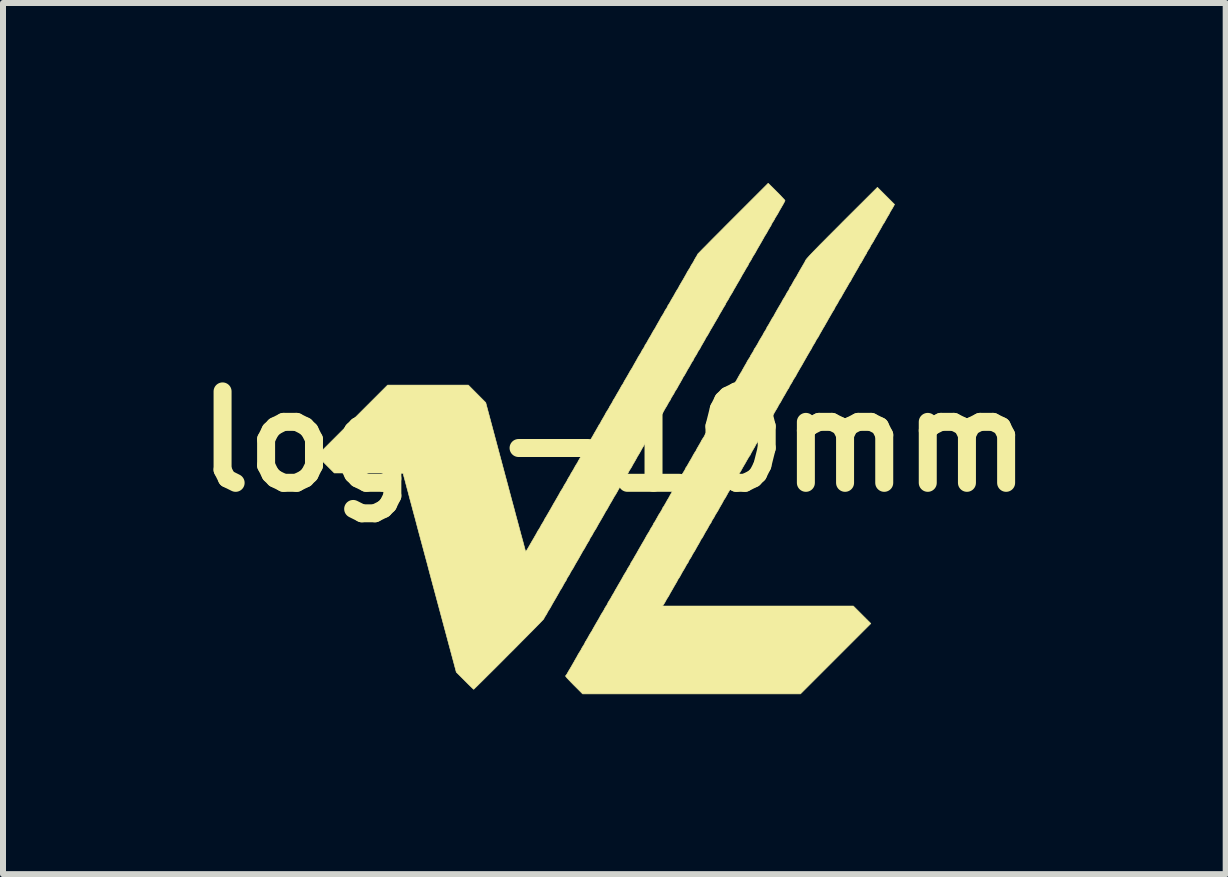
<source format=kicad_pcb>
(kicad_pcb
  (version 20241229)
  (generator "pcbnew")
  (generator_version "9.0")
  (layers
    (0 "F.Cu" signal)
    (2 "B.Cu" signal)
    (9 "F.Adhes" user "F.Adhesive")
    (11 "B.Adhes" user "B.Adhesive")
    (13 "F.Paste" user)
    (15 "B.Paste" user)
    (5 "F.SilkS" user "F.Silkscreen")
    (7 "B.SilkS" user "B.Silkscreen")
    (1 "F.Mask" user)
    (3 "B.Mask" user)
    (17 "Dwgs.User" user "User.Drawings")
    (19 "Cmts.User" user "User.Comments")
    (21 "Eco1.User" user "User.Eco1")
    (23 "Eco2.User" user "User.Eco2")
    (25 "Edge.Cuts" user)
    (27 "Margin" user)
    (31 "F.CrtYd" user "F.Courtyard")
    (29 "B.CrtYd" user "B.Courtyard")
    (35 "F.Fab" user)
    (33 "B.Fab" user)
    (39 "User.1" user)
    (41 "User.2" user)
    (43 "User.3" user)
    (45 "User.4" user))
  (footprint "logo-10mm"
    (layer "F.Cu")
    (at 7.192 4.31)
    (property "Reference" "logo-10mm" (at 0 0 0) (layer "F.SilkS") (effects (font (size 1.524 1.524) (thickness 0.3))))
    (attr through_hole)
    (fp_poly (pts (xy 2.705 -4.166) (xy 2.745 -4.126) (xy 2.78 -4.089) (xy 2.809 -4.058) (xy 2.831 -4.035) (xy 2.843 -4.02) (xy 2.845 -4.016) (xy 2.841 -4.005) (xy 2.829 -3.983) (xy 2.813 -3.953) (xy 2.792 -3.917) (xy 2.79 -3.913) (xy 2.769 -3.877) (xy 2.752 -3.848) (xy 2.74 -3.826) (xy 2.735 -3.816) (xy 2.735 -3.816) (xy 2.73 -3.807) (xy 2.719 -3.788) (xy 2.705 -3.766) (xy 2.69 -3.742) (xy 2.679 -3.724) (xy 2.675 -3.716) (xy 2.671 -3.706) (xy 2.66 -3.687) (xy 2.646 -3.665) (xy 2.63 -3.64) (xy 2.62 -3.621) (xy 2.616 -3.613) (xy 2.612 -3.601) (xy 2.601 -3.583) (xy 2.6 -3.583) (xy 2.589 -3.564) (xy 2.572 -3.536) (xy 2.555 -3.505) (xy 2.553 -3.501) (xy 2.536 -3.471) (xy 2.521 -3.446) (xy 2.51 -3.43) (xy 2.509 -3.428) (xy 2.5 -3.415) (xy 2.498 -3.41) (xy 2.494 -3.401) (xy 2.482 -3.38) (xy 2.465 -3.35) (xy 2.444 -3.313) (xy 2.426 -3.282) (xy 2.402 -3.241) (xy 2.381 -3.205) (xy 2.366 -3.177) (xy 2.356 -3.16) (xy 2.354 -3.155) (xy 2.349 -3.146) (xy 2.338 -3.128) (xy 2.324 -3.106) (xy 2.309 -3.082) (xy 2.298 -3.063) (xy 2.294 -3.055) (xy 2.29 -3.046) (xy 2.279 -3.026) (xy 2.265 -3.004) (xy 2.249 -2.98) (xy 2.239 -2.961) (xy 2.235 -2.952) (xy 2.231 -2.941) (xy 2.22 -2.923) (xy 2.219 -2.922) (xy 2.206 -2.901) (xy 2.189 -2.874) (xy 2.183 -2.862) (xy 2.166 -2.832) (xy 2.149 -2.803) (xy 2.143 -2.794) (xy 2.13 -2.772) (xy 2.121 -2.754) (xy 2.119 -2.752) (xy 2.113 -2.74) (xy 2.1 -2.717) (xy 2.082 -2.685) (xy 2.059 -2.646) (xy 2.043 -2.619) (xy 2.02 -2.578) (xy 1.999 -2.543) (xy 1.984 -2.516) (xy 1.975 -2.499) (xy 1.973 -2.495) (xy 1.968 -2.486) (xy 1.957 -2.468) (xy 1.943 -2.446) (xy 1.928 -2.421) (xy 1.917 -2.403) (xy 1.913 -2.395) (xy 1.909 -2.385) (xy 1.898 -2.366) (xy 1.884 -2.344) (xy 1.868 -2.32) (xy 1.858 -2.301) (xy 1.854 -2.292) (xy 1.85 -2.28) (xy 1.839 -2.263) (xy 1.838 -2.262) (xy 1.825 -2.241) (xy 1.808 -2.213) (xy 1.802 -2.201) (xy 1.785 -2.172) (xy 1.768 -2.143) (xy 1.762 -2.134) (xy 1.749 -2.111) (xy 1.74 -2.094) (xy 1.738 -2.091) (xy 1.732 -2.078) (xy 1.718 -2.055) (xy 1.701 -2.026) (xy 1.695 -2.015) (xy 1.675 -1.982) (xy 1.657 -1.95) (xy 1.643 -1.926) (xy 1.64 -1.922) (xy 1.625 -1.895) (xy 1.609 -1.869) (xy 1.608 -1.867) (xy 1.595 -1.845) (xy 1.579 -1.815) (xy 1.57 -1.799) (xy 1.555 -1.773) (xy 1.542 -1.752) (xy 1.536 -1.743) (xy 1.526 -1.73) (xy 1.524 -1.725) (xy 1.52 -1.716) (xy 1.509 -1.695) (xy 1.493 -1.667) (xy 1.482 -1.648) (xy 1.464 -1.617) (xy 1.449 -1.592) (xy 1.441 -1.576) (xy 1.439 -1.572) (xy 1.435 -1.563) (xy 1.424 -1.545) (xy 1.41 -1.523) (xy 1.394 -1.499) (xy 1.384 -1.48) (xy 1.38 -1.472) (xy 1.376 -1.462) (xy 1.364 -1.443) (xy 1.35 -1.421) (xy 1.335 -1.397) (xy 1.324 -1.377) (xy 1.321 -1.368) (xy 1.316 -1.356) (xy 1.309 -1.347) (xy 1.299 -1.333) (xy 1.285 -1.309) (xy 1.27 -1.283) (xy 1.256 -1.256) (xy 1.243 -1.234) (xy 1.236 -1.223) (xy 1.229 -1.212) (xy 1.217 -1.191) (xy 1.201 -1.162) (xy 1.198 -1.156) (xy 1.181 -1.126) (xy 1.166 -1.1) (xy 1.156 -1.085) (xy 1.155 -1.083) (xy 1.145 -1.07) (xy 1.143 -1.064) (xy 1.139 -1.055) (xy 1.128 -1.035) (xy 1.112 -1.007) (xy 1.101 -0.987) (xy 1.083 -0.956) (xy 1.068 -0.931) (xy 1.06 -0.915) (xy 1.058 -0.911) (xy 1.054 -0.903) (xy 1.043 -0.884) (xy 1.029 -0.862) (xy 1.013 -0.838) (xy 1.003 -0.82) (xy 0.999 -0.812) (xy 0.995 -0.802) (xy 0.983 -0.783) (xy 0.969 -0.761) (xy 0.954 -0.736) (xy 0.943 -0.717) (xy 0.94 -0.708) (xy 0.935 -0.695) (xy 0.928 -0.686) (xy 0.918 -0.672) (xy 0.904 -0.648) (xy 0.889 -0.622) (xy 0.875 -0.595) (xy 0.862 -0.574) (xy 0.855 -0.563) (xy 0.848 -0.552) (xy 0.836 -0.53) (xy 0.82 -0.502) (xy 0.817 -0.495) (xy 0.8 -0.465) (xy 0.785 -0.44) (xy 0.775 -0.424) (xy 0.774 -0.423) (xy 0.764 -0.409) (xy 0.762 -0.404) (xy 0.758 -0.395) (xy 0.747 -0.374) (xy 0.731 -0.346) (xy 0.72 -0.327) (xy 0.702 -0.296) (xy 0.687 -0.271) (xy 0.679 -0.255) (xy 0.677 -0.251) (xy 0.673 -0.242) (xy 0.662 -0.224) (xy 0.648 -0.202) (xy 0.632 -0.178) (xy 0.622 -0.159) (xy 0.618 -0.151) (xy 0.614 -0.142) (xy 0.602 -0.122) (xy 0.588 -0.1) (xy 0.573 -0.076) (xy 0.562 -0.056) (xy 0.559 -0.047) (xy 0.554 -0.035) (xy 0.547 -0.026) (xy 0.537 -0.012) (xy 0.523 0.012) (xy 0.508 0.038) (xy 0.494 0.065) (xy 0.481 0.086) (xy 0.474 0.097) (xy 0.467 0.108) (xy 0.455 0.13) (xy 0.439 0.159) (xy 0.436 0.165) (xy 0.419 0.195) (xy 0.404 0.22) (xy 0.394 0.236) (xy 0.393 0.238) (xy 0.383 0.251) (xy 0.381 0.257) (xy 0.377 0.266) (xy 0.366 0.286) (xy 0.35 0.314) (xy 0.339 0.334) (xy 0.321 0.364) (xy 0.306 0.39) (xy 0.298 0.405) (xy 0.296 0.409) (xy 0.292 0.418) (xy 0.281 0.436) (xy 0.267 0.458) (xy 0.251 0.483) (xy 0.241 0.501) (xy 0.237 0.509) (xy 0.233 0.519) (xy 0.221 0.538) (xy 0.207 0.56) (xy 0.192 0.585) (xy 0.181 0.604) (xy 0.178 0.613) (xy 0.173 0.625) (xy 0.166 0.634) (xy 0.156 0.648) (xy 0.142 0.672) (xy 0.127 0.699) (xy 0.113 0.725) (xy 0.1 0.747) (xy 0.093 0.758) (xy 0.086 0.769) (xy 0.074 0.791) (xy 0.058 0.819) (xy 0.055 0.826) (xy 0.038 0.855) (xy 0.024 0.88) (xy 0.014 0.896) (xy 0.013 0.897) (xy 0.003 0.911) (xy -0.01 0.935) (xy -0.025 0.961) (xy -0.04 0.988) (xy -0.052 1.009) (xy -0.059 1.02) (xy -0.066 1.031) (xy -0.078 1.053) (xy -0.094 1.081) (xy -0.098 1.088) (xy -0.114 1.118) (xy -0.129 1.143) (xy -0.14 1.159) (xy -0.141 1.161) (xy -0.15 1.174) (xy -0.152 1.179) (xy -0.156 1.188) (xy -0.168 1.209) (xy -0.185 1.239) (xy -0.206 1.276) (xy -0.224 1.307) (xy -0.248 1.348) (xy -0.269 1.384) (xy -0.284 1.412) (xy -0.294 1.429) (xy -0.296 1.434) (xy -0.301 1.443) (xy -0.312 1.461) (xy -0.326 1.483) (xy -0.341 1.507) (xy -0.352 1.526) (xy -0.356 1.534) (xy -0.36 1.543) (xy -0.371 1.562) (xy -0.385 1.584) (xy -0.401 1.609) (xy -0.411 1.628) (xy -0.415 1.637) (xy -0.419 1.648) (xy -0.43 1.666) (xy -0.431 1.667) (xy -0.442 1.685) (xy -0.459 1.713) (xy -0.476 1.744) (xy -0.478 1.748) (xy -0.495 1.778) (xy -0.51 1.804) (xy -0.521 1.819) (xy -0.522 1.821) (xy -0.531 1.834) (xy -0.533 1.84) (xy -0.537 1.848) (xy -0.549 1.869) (xy -0.566 1.899) (xy -0.587 1.937) (xy -0.605 1.968) (xy -0.629 2.009) (xy -0.65 2.044) (xy -0.665 2.072) (xy -0.675 2.089) (xy -0.677 2.094) (xy -0.682 2.103) (xy -0.693 2.121) (xy -0.707 2.143) (xy -0.722 2.167) (xy -0.733 2.186) (xy -0.737 2.194) (xy -0.741 2.204) (xy -0.752 2.223) (xy -0.766 2.245) (xy -0.782 2.269) (xy -0.792 2.288) (xy -0.796 2.297) (xy -0.8 2.309) (xy -0.811 2.326) (xy -0.812 2.327) (xy -0.823 2.345) (xy -0.84 2.373) (xy -0.857 2.405) (xy -0.859 2.409) (xy -0.876 2.439) (xy -0.891 2.464) (xy -0.902 2.48) (xy -0.903 2.481) (xy -0.912 2.495) (xy -0.914 2.5) (xy -0.918 2.509) (xy -0.93 2.53) (xy -0.947 2.56) (xy -0.968 2.597) (xy -0.986 2.628) (xy -1.01 2.669) (xy -1.031 2.705) (xy -1.046 2.732) (xy -1.056 2.75) (xy -1.058 2.755) (xy -1.063 2.763) (xy -1.074 2.782) (xy -1.088 2.804) (xy -1.103 2.828) (xy -1.114 2.846) (xy -1.118 2.854) (xy -1.122 2.864) (xy -1.133 2.883) (xy -1.147 2.905) (xy -1.163 2.93) (xy -1.173 2.95) (xy -1.177 2.959) (xy -1.183 2.966) (xy -1.2 2.984) (xy -1.226 3.011) (xy -1.262 3.048) (xy -1.306 3.093) (xy -1.357 3.145) (xy -1.414 3.202) (xy -1.476 3.265) (xy -1.542 3.331) (xy -1.611 3.401) (xy -1.682 3.473) (xy -1.755 3.545) (xy -1.827 3.618) (xy -1.899 3.69) (xy -1.968 3.759) (xy -2.035 3.826) (xy -2.098 3.888) (xy -2.156 3.946) (xy -2.208 3.998) (xy -2.253 4.042) (xy -2.29 4.079) (xy -2.319 4.107) (xy -2.337 4.125) (xy -2.345 4.132) (xy -2.345 4.132) (xy -2.352 4.126) (xy -2.369 4.11) (xy -2.395 4.085) (xy -2.428 4.053) (xy -2.465 4.016) (xy -2.492 3.989) (xy -2.635 3.846) (xy -3.079 2.192) (xy -3.122 2.028) (xy -3.165 1.869) (xy -3.206 1.716) (xy -3.246 1.568) (xy -3.284 1.426) (xy -3.319 1.292) (xy -3.353 1.167) (xy -3.384 1.05) (xy -3.413 0.943) (xy -3.438 0.847) (xy -3.461 0.762) (xy -3.48 0.689) (xy -3.496 0.629) (xy -3.509 0.583) (xy -3.517 0.551) (xy -3.521 0.534) (xy -3.522 0.531) (xy -3.53 0.53) (xy -3.554 0.529) (xy -3.592 0.528) (xy -3.643 0.527) (xy -3.705 0.527) (xy -3.777 0.526) (xy -3.858 0.525) (xy -3.946 0.525) (xy -4.041 0.525) (xy -4.095 0.525) (xy -4.669 0.525) (xy -4.957 0.237) (xy -4.369 -0.351) (xy -3.78 -0.94) (xy -2.434 -0.94) (xy -2.289 -0.794) (xy -2.144 -0.648) (xy -1.816 0.58) (xy -1.778 0.721) (xy -1.742 0.857) (xy -1.707 0.988) (xy -1.673 1.113) (xy -1.642 1.231) (xy -1.612 1.341) (xy -1.585 1.442) (xy -1.561 1.533) (xy -1.539 1.613) (xy -1.52 1.682) (xy -1.505 1.739) (xy -1.494 1.781) (xy -1.486 1.81) (xy -1.482 1.823) (xy -1.482 1.824) (xy -1.478 1.83) (xy -1.471 1.826) (xy -1.459 1.811) (xy -1.442 1.783) (xy -1.439 1.778) (xy -1.42 1.745) (xy -1.396 1.703) (xy -1.37 1.658) (xy -1.345 1.616) (xy -1.324 1.579) (xy -1.306 1.548) (xy -1.293 1.525) (xy -1.287 1.513) (xy -1.287 1.513) (xy -1.283 1.504) (xy -1.271 1.485) (xy -1.257 1.464) (xy -1.242 1.439) (xy -1.231 1.421) (xy -1.228 1.413) (xy -1.223 1.403) (xy -1.212 1.384) (xy -1.198 1.362) (xy -1.183 1.337) (xy -1.172 1.318) (xy -1.168 1.31) (xy -1.164 1.298) (xy -1.153 1.281) (xy -1.153 1.28) (xy -1.139 1.259) (xy -1.123 1.231) (xy -1.116 1.219) (xy -1.099 1.19) (xy -1.082 1.161) (xy -1.077 1.151) (xy -1.063 1.129) (xy -1.054 1.112) (xy -1.053 1.109) (xy -1.046 1.098) (xy -1.033 1.075) (xy -1.015 1.042) (xy -0.992 1.004) (xy -0.976 0.976) (xy -0.953 0.936) (xy -0.933 0.901) (xy -0.917 0.873) (xy -0.908 0.856) (xy -0.906 0.852) (xy -0.902 0.843) (xy -0.89 0.825) (xy -0.876 0.803) (xy -0.861 0.779) (xy -0.85 0.76) (xy -0.847 0.752) (xy -0.842 0.743) (xy -0.831 0.724) (xy -0.817 0.702) (xy -0.802 0.677) (xy -0.791 0.659) (xy -0.787 0.65) (xy -0.783 0.64) (xy -0.772 0.621) (xy -0.758 0.597) (xy -0.743 0.573) (xy -0.732 0.554) (xy -0.728 0.546) (xy -0.724 0.536) (xy -0.713 0.519) (xy -0.712 0.518) (xy -0.701 0.499) (xy -0.684 0.472) (xy -0.667 0.44) (xy -0.665 0.436) (xy -0.648 0.406) (xy -0.633 0.381) (xy -0.622 0.365) (xy -0.621 0.363) (xy -0.612 0.35) (xy -0.61 0.345) (xy -0.606 0.335) (xy -0.595 0.315) (xy -0.579 0.287) (xy -0.567 0.268) (xy -0.549 0.237) (xy -0.535 0.212) (xy -0.527 0.196) (xy -0.525 0.192) (xy -0.521 0.183) (xy -0.509 0.165) (xy -0.495 0.143) (xy -0.48 0.119) (xy -0.469 0.1) (xy -0.466 0.092) (xy -0.461 0.082) (xy -0.45 0.063) (xy -0.436 0.041) (xy -0.421 0.017) (xy -0.41 -0.003) (xy -0.406 -0.012) (xy -0.401 -0.024) (xy -0.395 -0.033) (xy -0.385 -0.047) (xy -0.371 -0.071) (xy -0.356 -0.097) (xy -0.341 -0.124) (xy -0.329 -0.146) (xy -0.322 -0.157) (xy -0.315 -0.168) (xy -0.303 -0.19) (xy -0.287 -0.218) (xy -0.283 -0.224) (xy -0.267 -0.254) (xy -0.252 -0.28) (xy -0.241 -0.295) (xy -0.24 -0.297) (xy -0.231 -0.31) (xy -0.229 -0.316) (xy -0.225 -0.325) (xy -0.214 -0.345) (xy -0.198 -0.373) (xy -0.186 -0.393) (xy -0.168 -0.424) (xy -0.154 -0.449) (xy -0.146 -0.465) (xy -0.144 -0.469) (xy -0.14 -0.477) (xy -0.128 -0.496) (xy -0.114 -0.518) (xy -0.099 -0.542) (xy -0.088 -0.56) (xy -0.085 -0.568) (xy -0.08 -0.578) (xy -0.069 -0.597) (xy -0.055 -0.619) (xy -0.04 -0.644) (xy -0.029 -0.663) (xy -0.025 -0.672) (xy -0.02 -0.685) (xy -0.014 -0.694) (xy -0.004 -0.708) (xy 0.01 -0.732) (xy 0.025 -0.758) (xy 0.04 -0.785) (xy 0.052 -0.806) (xy 0.059 -0.817) (xy 0.066 -0.828) (xy 0.078 -0.85) (xy 0.094 -0.878) (xy 0.098 -0.885) (xy 0.114 -0.915) (xy 0.129 -0.94) (xy 0.14 -0.956) (xy 0.141 -0.957) (xy 0.15 -0.971) (xy 0.152 -0.976) (xy 0.156 -0.985) (xy 0.167 -1.006) (xy 0.183 -1.033) (xy 0.192 -1.048) (xy 0.213 -1.084) (xy 0.235 -1.122) (xy 0.253 -1.154) (xy 0.256 -1.16) (xy 0.272 -1.187) (xy 0.286 -1.209) (xy 0.293 -1.22) (xy 0.303 -1.233) (xy 0.305 -1.239) (xy 0.309 -1.248) (xy 0.32 -1.268) (xy 0.336 -1.296) (xy 0.347 -1.316) (xy 0.365 -1.347) (xy 0.379 -1.372) (xy 0.388 -1.388) (xy 0.389 -1.391) (xy 0.394 -1.4) (xy 0.405 -1.419) (xy 0.419 -1.441) (xy 0.434 -1.465) (xy 0.445 -1.483) (xy 0.449 -1.491) (xy 0.453 -1.501) (xy 0.464 -1.52) (xy 0.478 -1.542) (xy 0.494 -1.567) (xy 0.505 -1.586) (xy 0.508 -1.595) (xy 0.513 -1.608) (xy 0.52 -1.616) (xy 0.529 -1.631) (xy 0.544 -1.654) (xy 0.558 -1.681) (xy 0.573 -1.708) (xy 0.586 -1.729) (xy 0.592 -1.74) (xy 0.599 -1.751) (xy 0.612 -1.773) (xy 0.627 -1.801) (xy 0.631 -1.808) (xy 0.648 -1.838) (xy 0.663 -1.863) (xy 0.673 -1.879) (xy 0.674 -1.88) (xy 0.684 -1.893) (xy 0.686 -1.899) (xy 0.69 -1.908) (xy 0.701 -1.928) (xy 0.717 -1.956) (xy 0.728 -1.976) (xy 0.746 -2.007) (xy 0.76 -2.032) (xy 0.769 -2.048) (xy 0.77 -2.052) (xy 0.775 -2.061) (xy 0.786 -2.079) (xy 0.8 -2.101) (xy 0.815 -2.125) (xy 0.826 -2.144) (xy 0.83 -2.152) (xy 0.834 -2.161) (xy 0.845 -2.181) (xy 0.859 -2.203) (xy 0.875 -2.227) (xy 0.886 -2.246) (xy 0.889 -2.256) (xy 0.894 -2.268) (xy 0.901 -2.277) (xy 0.91 -2.291) (xy 0.925 -2.315) (xy 0.939 -2.341) (xy 0.954 -2.368) (xy 0.967 -2.389) (xy 0.973 -2.4) (xy 0.98 -2.411) (xy 0.993 -2.433) (xy 1.008 -2.461) (xy 1.012 -2.468) (xy 1.029 -2.498) (xy 1.044 -2.523) (xy 1.054 -2.539) (xy 1.055 -2.541) (xy 1.065 -2.554) (xy 1.067 -2.559) (xy 1.071 -2.568) (xy 1.082 -2.589) (xy 1.099 -2.619) (xy 1.121 -2.656) (xy 1.139 -2.687) (xy 1.163 -2.728) (xy 1.183 -2.764) (xy 1.199 -2.792) (xy 1.208 -2.809) (xy 1.211 -2.814) (xy 1.215 -2.823) (xy 1.226 -2.841) (xy 1.24 -2.863) (xy 1.256 -2.887) (xy 1.266 -2.906) (xy 1.27 -2.914) (xy 1.274 -2.923) (xy 1.286 -2.943) (xy 1.3 -2.965) (xy 1.315 -2.989) (xy 1.326 -3.008) (xy 1.329 -3.016) (xy 1.334 -3.026) (xy 1.345 -3.045) (xy 1.359 -3.069) (xy 1.374 -3.093) (xy 1.385 -3.113) (xy 1.389 -3.122) (xy 1.394 -3.129) (xy 1.411 -3.146) (xy 1.439 -3.175) (xy 1.476 -3.213) (xy 1.522 -3.259) (xy 1.575 -3.313) (xy 1.636 -3.375) (xy 1.703 -3.442) (xy 1.776 -3.515) (xy 1.853 -3.593) (xy 1.934 -3.674) (xy 1.977 -3.717) (xy 2.565 -4.305) (xy 2.705 -4.166)) (stroke (width 0.01) (type solid)) (fill yes) (layer "F.SilkS"))
    (fp_poly (pts (xy 4.528 -4.095) (xy 4.671 -3.952) (xy 4.657 -3.926) (xy 4.644 -3.902) (xy 4.627 -3.873) (xy 4.62 -3.862) (xy 4.605 -3.838) (xy 4.594 -3.818) (xy 4.591 -3.811) (xy 4.583 -3.794) (xy 4.572 -3.776) (xy 4.561 -3.758) (xy 4.545 -3.731) (xy 4.528 -3.7) (xy 4.525 -3.696) (xy 4.509 -3.666) (xy 4.494 -3.64) (xy 4.483 -3.625) (xy 4.482 -3.623) (xy 4.473 -3.61) (xy 4.47 -3.604) (xy 4.466 -3.596) (xy 4.455 -3.575) (xy 4.438 -3.545) (xy 4.416 -3.507) (xy 4.398 -3.476) (xy 4.375 -3.435) (xy 4.354 -3.4) (xy 4.338 -3.372) (xy 4.329 -3.355) (xy 4.326 -3.35) (xy 4.322 -3.341) (xy 4.311 -3.323) (xy 4.297 -3.301) (xy 4.281 -3.277) (xy 4.271 -3.258) (xy 4.267 -3.25) (xy 4.263 -3.24) (xy 4.252 -3.221) (xy 4.238 -3.199) (xy 4.222 -3.175) (xy 4.211 -3.156) (xy 4.208 -3.147) (xy 4.203 -3.135) (xy 4.193 -3.118) (xy 4.192 -3.117) (xy 4.18 -3.099) (xy 4.164 -3.071) (xy 4.147 -3.039) (xy 4.144 -3.035) (xy 4.128 -3.005) (xy 4.113 -2.98) (xy 4.102 -2.964) (xy 4.101 -2.963) (xy 4.092 -2.949) (xy 4.089 -2.944) (xy 4.085 -2.935) (xy 4.074 -2.915) (xy 4.057 -2.884) (xy 4.035 -2.847) (xy 4.017 -2.816) (xy 3.994 -2.775) (xy 3.973 -2.739) (xy 3.957 -2.711) (xy 3.948 -2.692) (xy 3.945 -2.687) (xy 3.94 -2.677) (xy 3.934 -2.668) (xy 3.923 -2.653) (xy 3.908 -2.629) (xy 3.898 -2.61) (xy 3.882 -2.582) (xy 3.861 -2.546) (xy 3.839 -2.509) (xy 3.833 -2.498) (xy 3.816 -2.468) (xy 3.802 -2.444) (xy 3.794 -2.43) (xy 3.793 -2.427) (xy 3.789 -2.418) (xy 3.778 -2.4) (xy 3.763 -2.378) (xy 3.748 -2.354) (xy 3.737 -2.335) (xy 3.734 -2.327) (xy 3.729 -2.318) (xy 3.718 -2.298) (xy 3.704 -2.276) (xy 3.689 -2.252) (xy 3.678 -2.233) (xy 3.675 -2.224) (xy 3.67 -2.213) (xy 3.659 -2.195) (xy 3.659 -2.194) (xy 3.645 -2.173) (xy 3.629 -2.146) (xy 3.622 -2.134) (xy 3.605 -2.104) (xy 3.588 -2.075) (xy 3.583 -2.066) (xy 3.57 -2.044) (xy 3.56 -2.026) (xy 3.559 -2.024) (xy 3.553 -2.012) (xy 3.539 -1.989) (xy 3.521 -1.957) (xy 3.499 -1.918) (xy 3.482 -1.891) (xy 3.459 -1.85) (xy 3.439 -1.815) (xy 3.423 -1.788) (xy 3.414 -1.771) (xy 3.412 -1.766) (xy 3.408 -1.758) (xy 3.397 -1.739) (xy 3.382 -1.718) (xy 3.367 -1.693) (xy 3.356 -1.675) (xy 3.353 -1.667) (xy 3.348 -1.657) (xy 3.337 -1.638) (xy 3.323 -1.616) (xy 3.308 -1.591) (xy 3.297 -1.572) (xy 3.294 -1.564) (xy 3.289 -1.552) (xy 3.278 -1.535) (xy 3.278 -1.534) (xy 3.264 -1.513) (xy 3.248 -1.485) (xy 3.241 -1.473) (xy 3.224 -1.444) (xy 3.207 -1.415) (xy 3.202 -1.405) (xy 3.189 -1.383) (xy 3.179 -1.366) (xy 3.178 -1.363) (xy 3.172 -1.352) (xy 3.158 -1.329) (xy 3.14 -1.296) (xy 3.118 -1.258) (xy 3.101 -1.23) (xy 3.078 -1.19) (xy 3.058 -1.155) (xy 3.042 -1.127) (xy 3.033 -1.11) (xy 3.031 -1.106) (xy 3.027 -1.097) (xy 3.016 -1.079) (xy 3.001 -1.057) (xy 2.986 -1.033) (xy 2.975 -1.014) (xy 2.972 -1.006) (xy 2.967 -0.997) (xy 2.956 -0.978) (xy 2.942 -0.956) (xy 2.927 -0.931) (xy 2.916 -0.912) (xy 2.913 -0.903) (xy 2.908 -0.89) (xy 2.901 -0.881) (xy 2.891 -0.867) (xy 2.877 -0.843) (xy 2.862 -0.817) (xy 2.847 -0.79) (xy 2.835 -0.769) (xy 2.828 -0.758) (xy 2.821 -0.747) (xy 2.809 -0.725) (xy 2.793 -0.697) (xy 2.79 -0.69) (xy 2.773 -0.66) (xy 2.758 -0.635) (xy 2.747 -0.619) (xy 2.746 -0.617) (xy 2.737 -0.604) (xy 2.735 -0.599) (xy 2.731 -0.589) (xy 2.72 -0.569) (xy 2.704 -0.541) (xy 2.692 -0.522) (xy 2.674 -0.491) (xy 2.66 -0.466) (xy 2.652 -0.45) (xy 2.65 -0.446) (xy 2.646 -0.437) (xy 2.635 -0.419) (xy 2.62 -0.397) (xy 2.605 -0.373) (xy 2.594 -0.354) (xy 2.591 -0.346) (xy 2.586 -0.336) (xy 2.575 -0.317) (xy 2.561 -0.295) (xy 2.546 -0.271) (xy 2.535 -0.251) (xy 2.532 -0.242) (xy 2.527 -0.23) (xy 2.52 -0.221) (xy 2.51 -0.207) (xy 2.496 -0.183) (xy 2.481 -0.157) (xy 2.466 -0.13) (xy 2.454 -0.108) (xy 2.447 -0.097) (xy 2.44 -0.086) (xy 2.428 -0.064) (xy 2.412 -0.036) (xy 2.409 -0.03) (xy 2.392 0.000341) (xy 2.377 0.026) (xy 2.366 0.041) (xy 2.365 0.043) (xy 2.356 0.056) (xy 2.354 0.062) (xy 2.35 0.071) (xy 2.339 0.091) (xy 2.323 0.119) (xy 2.311 0.139) (xy 2.293 0.17) (xy 2.279 0.196) (xy 2.271 0.212) (xy 2.269 0.217) (xy 2.264 0.228) (xy 2.257 0.236) (xy 2.247 0.251) (xy 2.232 0.275) (xy 2.221 0.294) (xy 2.205 0.322) (xy 2.185 0.358) (xy 2.163 0.395) (xy 2.157 0.406) (xy 2.139 0.436) (xy 2.126 0.46) (xy 2.118 0.475) (xy 2.117 0.477) (xy 2.112 0.486) (xy 2.101 0.504) (xy 2.087 0.526) (xy 2.072 0.55) (xy 2.061 0.569) (xy 2.057 0.577) (xy 2.053 0.586) (xy 2.042 0.606) (xy 2.028 0.628) (xy 2.012 0.652) (xy 2.002 0.672) (xy 1.998 0.681) (xy 1.993 0.693) (xy 1.987 0.702) (xy 1.977 0.716) (xy 1.962 0.74) (xy 1.948 0.766) (xy 1.933 0.793) (xy 1.921 0.815) (xy 1.914 0.826) (xy 1.907 0.837) (xy 1.894 0.858) (xy 1.879 0.887) (xy 1.875 0.893) (xy 1.859 0.923) (xy 1.844 0.948) (xy 1.833 0.964) (xy 1.832 0.966) (xy 1.822 0.979) (xy 1.82 0.985) (xy 1.816 0.994) (xy 1.805 1.014) (xy 1.79 1.042) (xy 1.778 1.062) (xy 1.76 1.093) (xy 1.746 1.118) (xy 1.737 1.134) (xy 1.736 1.137) (xy 1.731 1.146) (xy 1.72 1.165) (xy 1.706 1.187) (xy 1.691 1.211) (xy 1.68 1.229) (xy 1.676 1.237) (xy 1.672 1.247) (xy 1.661 1.266) (xy 1.647 1.288) (xy 1.631 1.313) (xy 1.621 1.332) (xy 1.617 1.341) (xy 1.612 1.354) (xy 1.606 1.362) (xy 1.596 1.377) (xy 1.581 1.4) (xy 1.567 1.427) (xy 1.552 1.454) (xy 1.54 1.475) (xy 1.533 1.486) (xy 1.526 1.497) (xy 1.513 1.519) (xy 1.498 1.547) (xy 1.494 1.554) (xy 1.478 1.584) (xy 1.463 1.609) (xy 1.452 1.625) (xy 1.451 1.626) (xy 1.441 1.639) (xy 1.439 1.645) (xy 1.435 1.654) (xy 1.424 1.674) (xy 1.409 1.702) (xy 1.397 1.722) (xy 1.379 1.753) (xy 1.365 1.778) (xy 1.356 1.794) (xy 1.355 1.798) (xy 1.35 1.806) (xy 1.339 1.825) (xy 1.325 1.847) (xy 1.31 1.871) (xy 1.299 1.89) (xy 1.295 1.898) (xy 1.291 1.907) (xy 1.28 1.927) (xy 1.266 1.949) (xy 1.25 1.973) (xy 1.24 1.992) (xy 1.236 2.002) (xy 1.231 2.014) (xy 1.225 2.023) (xy 1.215 2.037) (xy 1.2 2.061) (xy 1.186 2.087) (xy 1.171 2.114) (xy 1.159 2.135) (xy 1.152 2.146) (xy 1.145 2.157) (xy 1.132 2.179) (xy 1.117 2.207) (xy 1.113 2.214) (xy 1.097 2.244) (xy 1.082 2.269) (xy 1.071 2.285) (xy 1.07 2.287) (xy 1.06 2.3) (xy 1.058 2.305) (xy 1.054 2.314) (xy 1.043 2.335) (xy 1.026 2.365) (xy 1.004 2.402) (xy 0.986 2.433) (xy 0.963 2.474) (xy 0.942 2.51) (xy 0.926 2.538) (xy 0.917 2.555) (xy 0.914 2.56) (xy 0.91 2.569) (xy 0.899 2.587) (xy 0.889 2.602) (xy 0.873 2.627) (xy 0.86 2.651) (xy 0.855 2.659) (xy 0.845 2.679) (xy 0.83 2.704) (xy 0.825 2.711) (xy 0.804 2.743) (xy 3.984 2.743) (xy 4.13 2.889) (xy 4.276 3.035) (xy 3.103 4.208) (xy -0.529 4.208) (xy -0.676 4.061) (xy -0.722 4.014) (xy -0.76 3.974) (xy -0.789 3.943) (xy -0.807 3.921) (xy -0.814 3.909) (xy -0.814 3.908) (xy -0.804 3.897) (xy -0.791 3.878) (xy -0.787 3.871) (xy -0.774 3.848) (xy -0.764 3.83) (xy -0.762 3.827) (xy -0.753 3.812) (xy -0.738 3.787) (xy -0.719 3.755) (xy -0.698 3.718) (xy -0.676 3.68) (xy -0.655 3.642) (xy -0.636 3.609) (xy -0.621 3.583) (xy -0.612 3.566) (xy -0.61 3.561) (xy -0.605 3.553) (xy -0.594 3.534) (xy -0.58 3.512) (xy -0.565 3.488) (xy -0.554 3.47) (xy -0.55 3.462) (xy -0.546 3.452) (xy -0.535 3.433) (xy -0.521 3.411) (xy -0.505 3.386) (xy -0.495 3.367) (xy -0.491 3.359) (xy -0.487 3.347) (xy -0.476 3.329) (xy -0.475 3.329) (xy -0.464 3.31) (xy -0.447 3.282) (xy -0.43 3.251) (xy -0.428 3.247) (xy -0.411 3.217) (xy -0.396 3.192) (xy -0.385 3.176) (xy -0.384 3.174) (xy -0.375 3.161) (xy -0.373 3.156) (xy -0.368 3.147) (xy -0.357 3.126) (xy -0.34 3.096) (xy -0.319 3.059) (xy -0.301 3.028) (xy -0.277 2.987) (xy -0.256 2.951) (xy -0.241 2.923) (xy -0.231 2.906) (xy -0.229 2.901) (xy -0.224 2.892) (xy -0.213 2.874) (xy -0.199 2.852) (xy -0.184 2.828) (xy -0.173 2.809) (xy -0.169 2.801) (xy -0.165 2.792) (xy -0.154 2.772) (xy -0.14 2.75) (xy -0.124 2.726) (xy -0.114 2.707) (xy -0.11 2.698) (xy -0.106 2.687) (xy -0.095 2.669) (xy -0.094 2.668) (xy -0.081 2.647) (xy -0.064 2.62) (xy -0.057 2.608) (xy -0.041 2.578) (xy -0.024 2.549) (xy -0.018 2.54) (xy -0.005 2.518) (xy 0.004 2.5) (xy 0.006 2.498) (xy 0.012 2.486) (xy 0.025 2.463) (xy 0.044 2.431) (xy 0.066 2.392) (xy 0.082 2.365) (xy 0.106 2.324) (xy 0.126 2.289) (xy 0.141 2.262) (xy 0.15 2.245) (xy 0.152 2.241) (xy 0.157 2.232) (xy 0.168 2.214) (xy 0.182 2.192) (xy 0.197 2.167) (xy 0.208 2.149) (xy 0.212 2.141) (xy 0.216 2.131) (xy 0.227 2.112) (xy 0.241 2.09) (xy 0.257 2.066) (xy 0.267 2.047) (xy 0.271 2.038) (xy 0.275 2.026) (xy 0.286 2.009) (xy 0.287 2.008) (xy 0.3 1.987) (xy 0.317 1.959) (xy 0.324 1.947) (xy 0.34 1.918) (xy 0.357 1.889) (xy 0.363 1.88) (xy 0.376 1.857) (xy 0.385 1.84) (xy 0.387 1.837) (xy 0.393 1.826) (xy 0.406 1.803) (xy 0.425 1.77) (xy 0.447 1.732) (xy 0.463 1.704) (xy 0.487 1.664) (xy 0.507 1.629) (xy 0.522 1.601) (xy 0.531 1.585) (xy 0.533 1.58) (xy 0.538 1.572) (xy 0.549 1.553) (xy 0.563 1.531) (xy 0.578 1.507) (xy 0.589 1.489) (xy 0.593 1.48) (xy 0.597 1.471) (xy 0.608 1.452) (xy 0.622 1.43) (xy 0.638 1.405) (xy 0.648 1.386) (xy 0.652 1.377) (xy 0.657 1.364) (xy 0.663 1.355) (xy 0.674 1.341) (xy 0.688 1.317) (xy 0.7 1.295) (xy 0.721 1.258) (xy 0.737 1.228) (xy 0.755 1.2) (xy 0.777 1.165) (xy 0.791 1.141) (xy 0.801 1.122) (xy 0.804 1.114) (xy 0.809 1.102) (xy 0.816 1.093) (xy 0.826 1.079) (xy 0.84 1.055) (xy 0.855 1.029) (xy 0.87 1.002) (xy 0.882 0.98) (xy 0.889 0.969) (xy 0.896 0.958) (xy 0.908 0.937) (xy 0.924 0.908) (xy 0.927 0.902) (xy 0.944 0.872) (xy 0.959 0.846) (xy 0.969 0.831) (xy 0.971 0.829) (xy 0.98 0.816) (xy 0.982 0.81) (xy 0.986 0.801) (xy 0.997 0.781) (xy 1.013 0.753) (xy 1.024 0.733) (xy 1.042 0.702) (xy 1.057 0.677) (xy 1.065 0.661) (xy 1.067 0.657) (xy 1.071 0.649) (xy 1.082 0.63) (xy 1.096 0.608) (xy 1.112 0.584) (xy 1.123 0.566) (xy 1.126 0.558) (xy 1.13 0.548) (xy 1.142 0.529) (xy 1.156 0.507) (xy 1.171 0.482) (xy 1.182 0.463) (xy 1.185 0.454) (xy 1.19 0.441) (xy 1.197 0.432) (xy 1.207 0.418) (xy 1.221 0.394) (xy 1.236 0.368) (xy 1.251 0.341) (xy 1.263 0.32) (xy 1.27 0.309) (xy 1.277 0.298) (xy 1.289 0.276) (xy 1.305 0.248) (xy 1.308 0.241) (xy 1.325 0.211) (xy 1.34 0.186) (xy 1.35 0.17) (xy 1.352 0.169) (xy 1.361 0.155) (xy 1.363 0.15) (xy 1.367 0.141) (xy 1.378 0.12) (xy 1.394 0.092) (xy 1.405 0.073) (xy 1.423 0.042) (xy 1.438 0.017) (xy 1.446 0.001) (xy 1.448 -0.003) (xy 1.452 -0.012) (xy 1.463 -0.03) (xy 1.477 -0.052) (xy 1.493 -0.076) (xy 1.504 -0.095) (xy 1.507 -0.103) (xy 1.511 -0.112) (xy 1.523 -0.132) (xy 1.537 -0.154) (xy 1.552 -0.178) (xy 1.563 -0.198) (xy 1.566 -0.207) (xy 1.571 -0.219) (xy 1.578 -0.228) (xy 1.588 -0.242) (xy 1.602 -0.266) (xy 1.617 -0.292) (xy 1.632 -0.319) (xy 1.644 -0.34) (xy 1.651 -0.351) (xy 1.658 -0.362) (xy 1.67 -0.384) (xy 1.686 -0.413) (xy 1.689 -0.419) (xy 1.706 -0.449) (xy 1.721 -0.474) (xy 1.731 -0.49) (xy 1.733 -0.492) (xy 1.742 -0.505) (xy 1.744 -0.511) (xy 1.748 -0.52) (xy 1.759 -0.54) (xy 1.775 -0.568) (xy 1.786 -0.588) (xy 1.804 -0.618) (xy 1.819 -0.644) (xy 1.827 -0.659) (xy 1.829 -0.663) (xy 1.833 -0.672) (xy 1.844 -0.69) (xy 1.858 -0.712) (xy 1.874 -0.737) (xy 1.885 -0.755) (xy 1.888 -0.763) (xy 1.892 -0.773) (xy 1.904 -0.792) (xy 1.918 -0.814) (xy 1.933 -0.839) (xy 1.944 -0.858) (xy 1.947 -0.867) (xy 1.952 -0.879) (xy 1.959 -0.888) (xy 1.969 -0.902) (xy 1.983 -0.926) (xy 1.998 -0.953) (xy 2.013 -0.979) (xy 2.025 -1.001) (xy 2.032 -1.012) (xy 2.039 -1.023) (xy 2.051 -1.045) (xy 2.067 -1.073) (xy 2.07 -1.08) (xy 2.087 -1.109) (xy 2.102 -1.135) (xy 2.112 -1.151) (xy 2.114 -1.152) (xy 2.123 -1.165) (xy 2.125 -1.171) (xy 2.129 -1.18) (xy 2.14 -1.2) (xy 2.156 -1.228) (xy 2.167 -1.248) (xy 2.185 -1.279) (xy 2.2 -1.304) (xy 2.208 -1.32) (xy 2.21 -1.324) (xy 2.214 -1.332) (xy 2.225 -1.351) (xy 2.239 -1.373) (xy 2.255 -1.397) (xy 2.266 -1.415) (xy 2.269 -1.424) (xy 2.273 -1.433) (xy 2.285 -1.452) (xy 2.299 -1.474) (xy 2.314 -1.499) (xy 2.325 -1.518) (xy 2.328 -1.527) (xy 2.333 -1.54) (xy 2.34 -1.549) (xy 2.351 -1.564) (xy 2.366 -1.589) (xy 2.385 -1.62) (xy 2.403 -1.653) (xy 2.415 -1.676) (xy 2.426 -1.695) (xy 2.442 -1.721) (xy 2.453 -1.74) (xy 2.468 -1.763) (xy 2.478 -1.781) (xy 2.481 -1.788) (xy 2.485 -1.797) (xy 2.496 -1.816) (xy 2.51 -1.838) (xy 2.526 -1.863) (xy 2.536 -1.882) (xy 2.54 -1.891) (xy 2.544 -1.902) (xy 2.555 -1.92) (xy 2.556 -1.921) (xy 2.568 -1.939) (xy 2.584 -1.967) (xy 2.601 -1.998) (xy 2.604 -2.002) (xy 2.62 -2.032) (xy 2.635 -2.058) (xy 2.646 -2.073) (xy 2.647 -2.075) (xy 2.656 -2.088) (xy 2.659 -2.094) (xy 2.663 -2.102) (xy 2.674 -2.123) (xy 2.691 -2.153) (xy 2.712 -2.191) (xy 2.73 -2.222) (xy 2.754 -2.263) (xy 2.775 -2.298) (xy 2.791 -2.326) (xy 2.8 -2.343) (xy 2.802 -2.348) (xy 2.807 -2.357) (xy 2.818 -2.375) (xy 2.832 -2.397) (xy 2.847 -2.421) (xy 2.858 -2.44) (xy 2.862 -2.448) (xy 2.866 -2.458) (xy 2.877 -2.477) (xy 2.891 -2.499) (xy 2.907 -2.523) (xy 2.917 -2.542) (xy 2.921 -2.551) (xy 2.925 -2.563) (xy 2.936 -2.58) (xy 2.937 -2.581) (xy 2.949 -2.599) (xy 2.965 -2.627) (xy 2.982 -2.659) (xy 2.985 -2.663) (xy 3.001 -2.693) (xy 3.016 -2.718) (xy 3.027 -2.734) (xy 3.028 -2.735) (xy 3.037 -2.749) (xy 3.04 -2.754) (xy 3.044 -2.763) (xy 3.055 -2.784) (xy 3.072 -2.814) (xy 3.093 -2.851) (xy 3.111 -2.882) (xy 3.135 -2.923) (xy 3.156 -2.959) (xy 3.172 -2.986) (xy 3.181 -3.004) (xy 3.183 -3.009) (xy 3.186 -3.016) (xy 3.193 -3.027) (xy 3.205 -3.043) (xy 3.224 -3.065) (xy 3.249 -3.093) (xy 3.282 -3.128) (xy 3.322 -3.17) (xy 3.371 -3.22) (xy 3.428 -3.279) (xy 3.495 -3.346) (xy 3.572 -3.424) (xy 3.66 -3.512) (xy 3.759 -3.611) (xy 3.809 -3.662) (xy 4.386 -4.237) (xy 4.528 -4.095)) (stroke (width 0.01) (type solid)) (fill yes) (layer "F.SilkS")))
  (gr_rect
    (start -3 -3)
    (end 17.384 11.523)
    (stroke (width 0.1) (type default))
    (fill no)
    (layer "Edge.Cuts")))
</source>
